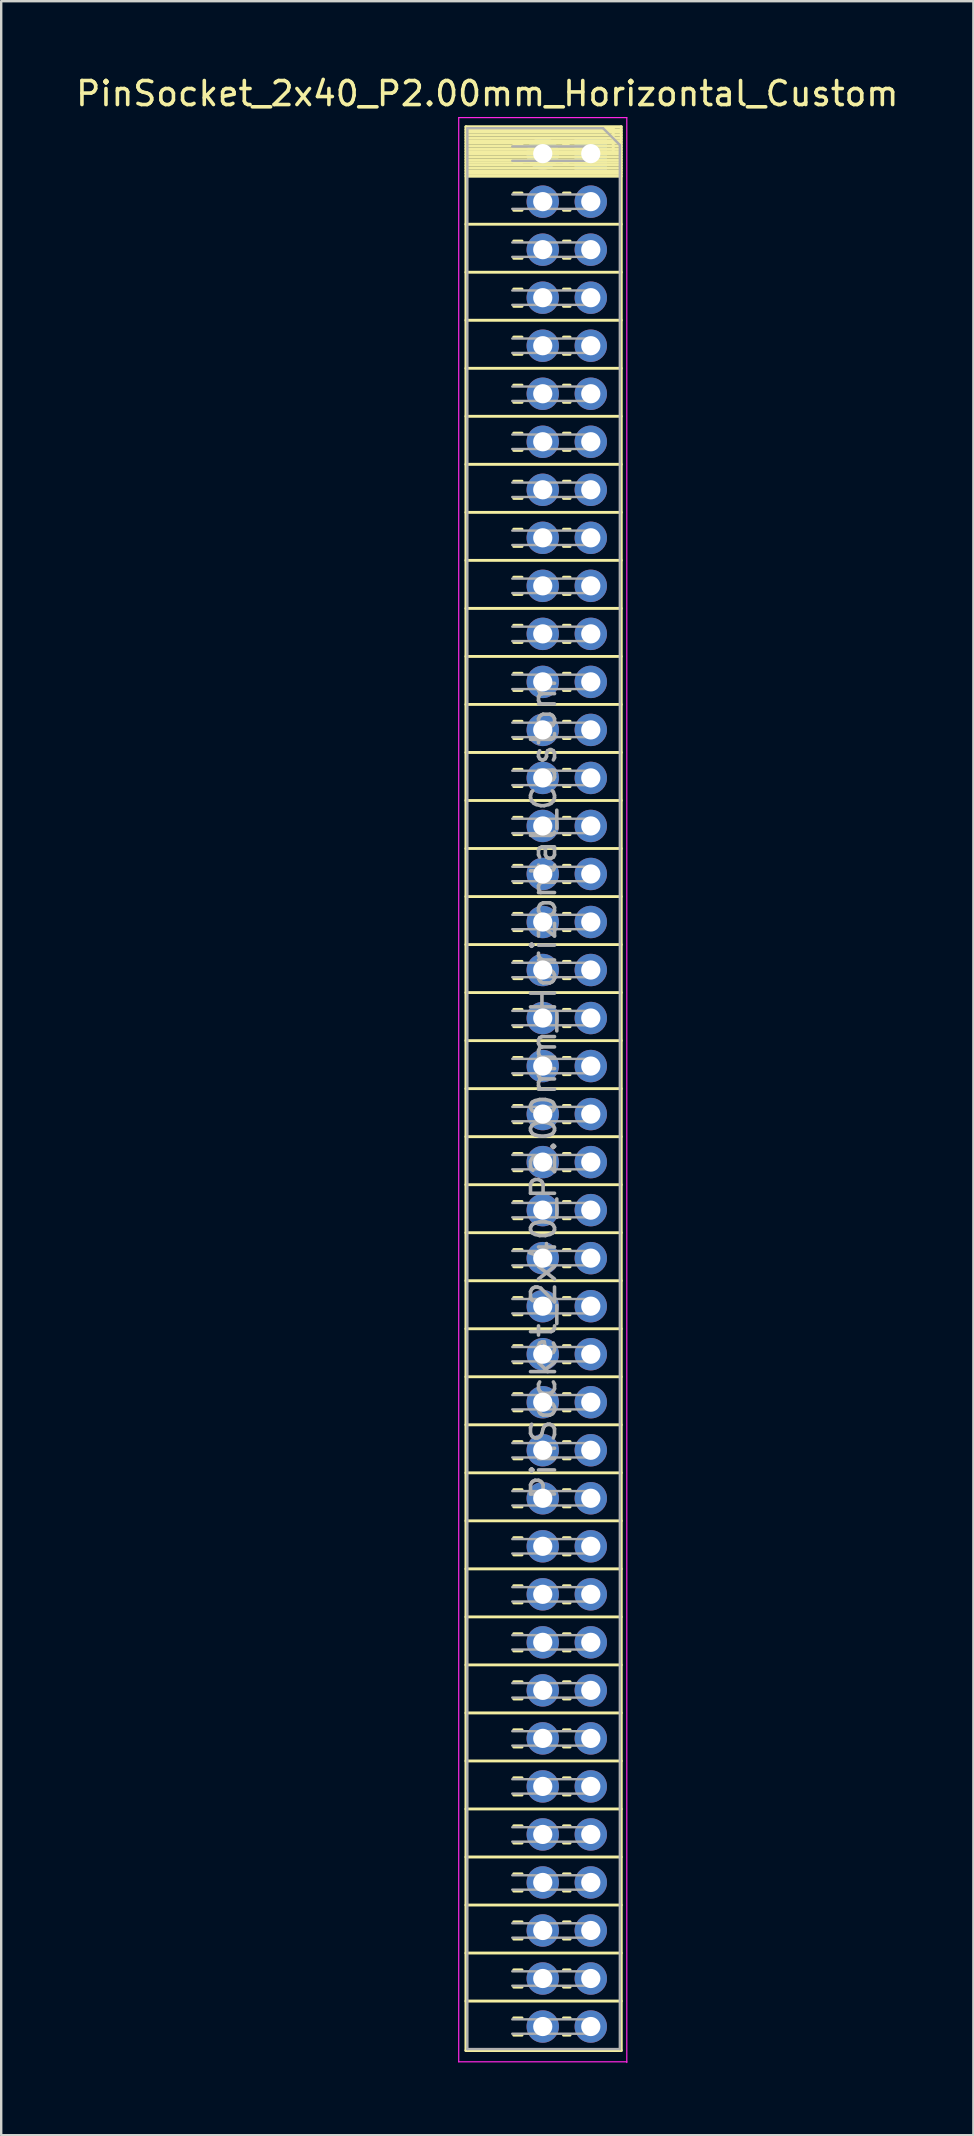
<source format=kicad_pcb>
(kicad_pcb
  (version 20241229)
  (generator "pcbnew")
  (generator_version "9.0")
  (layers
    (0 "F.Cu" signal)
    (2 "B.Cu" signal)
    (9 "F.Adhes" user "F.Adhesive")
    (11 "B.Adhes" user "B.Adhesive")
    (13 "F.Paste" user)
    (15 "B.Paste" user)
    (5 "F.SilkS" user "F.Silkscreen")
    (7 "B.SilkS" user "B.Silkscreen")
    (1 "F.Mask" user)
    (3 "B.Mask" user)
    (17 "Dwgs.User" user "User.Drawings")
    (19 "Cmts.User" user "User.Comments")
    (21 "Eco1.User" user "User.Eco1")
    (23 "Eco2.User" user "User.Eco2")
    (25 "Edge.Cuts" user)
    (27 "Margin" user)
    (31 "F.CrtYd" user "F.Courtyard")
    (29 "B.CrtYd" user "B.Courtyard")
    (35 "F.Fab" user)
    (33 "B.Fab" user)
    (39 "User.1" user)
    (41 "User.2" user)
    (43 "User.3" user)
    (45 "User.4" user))
  (footprint "PinSocket_2x40_P2.00mm_Horizontal_Custom"
    (layer "F.Cu")
    (at 21.554 3.348)
    (property "Reference" "PinSocket_2x40_P2.00mm_Horizontal_Custom" (at -4.31 -2.5 0) (layer "F.SilkS") (effects (font (size 1 1) (thickness 0.15))))
    (attr through_hole)
    (fp_line (start -5.2 -1.12) (end -5.2 79) (stroke (width 0.12) (type solid)) (layer "F.SilkS"))
    (fp_line (start -5.2 -1.12) (end 1.27 -1.12) (stroke (width 0.12) (type solid)) (layer "F.SilkS"))
    (fp_line (start -5.2 -1) (end 1.27 -1) (stroke (width 0.12) (type solid)) (layer "F.SilkS"))
    (fp_line (start -5.2 -0.886) (end 1.27 -0.886) (stroke (width 0.12) (type solid)) (layer "F.SilkS"))
    (fp_line (start -5.2 -0.772) (end 1.27 -0.772) (stroke (width 0.12) (type solid)) (layer "F.SilkS"))
    (fp_line (start -5.2 -0.658) (end 1.27 -0.658) (stroke (width 0.12) (type solid)) (layer "F.SilkS"))
    (fp_line (start -5.2 -0.544) (end 1.27 -0.544) (stroke (width 0.12) (type solid)) (layer "F.SilkS"))
    (fp_line (start -5.2 -0.429) (end 1.27 -0.429) (stroke (width 0.12) (type solid)) (layer "F.SilkS"))
    (fp_line (start -5.2 -0.315) (end 1.27 -0.315) (stroke (width 0.12) (type solid)) (layer "F.SilkS"))
    (fp_line (start -5.2 -0.201) (end 1.27 -0.201) (stroke (width 0.12) (type solid)) (layer "F.SilkS"))
    (fp_line (start -5.2 -0.087) (end 1.27 -0.087) (stroke (width 0.12) (type solid)) (layer "F.SilkS"))
    (fp_line (start -5.2 0.027) (end 1.27 0.027) (stroke (width 0.12) (type solid)) (layer "F.SilkS"))
    (fp_line (start -5.2 0.141) (end 1.27 0.141) (stroke (width 0.12) (type solid)) (layer "F.SilkS"))
    (fp_line (start -5.2 0.255) (end 1.27 0.255) (stroke (width 0.12) (type solid)) (layer "F.SilkS"))
    (fp_line (start -5.2 0.369) (end 1.27 0.369) (stroke (width 0.12) (type solid)) (layer "F.SilkS"))
    (fp_line (start -5.2 0.484) (end 1.27 0.484) (stroke (width 0.12) (type solid)) (layer "F.SilkS"))
    (fp_line (start -5.2 0.598) (end 1.27 0.598) (stroke (width 0.12) (type solid)) (layer "F.SilkS"))
    (fp_line (start -5.2 0.712) (end 1.27 0.712) (stroke (width 0.12) (type solid)) (layer "F.SilkS"))
    (fp_line (start -5.2 0.826) (end 1.27 0.826) (stroke (width 0.12) (type solid)) (layer "F.SilkS"))
    (fp_line (start -5.2 0.94) (end 1.27 0.94) (stroke (width 0.12) (type solid)) (layer "F.SilkS"))
    (fp_line (start -5.2 2.94) (end 1.27 2.94) (stroke (width 0.12) (type solid)) (layer "F.SilkS"))
    (fp_line (start -5.2 4.94) (end 1.27 4.94) (stroke (width 0.12) (type solid)) (layer "F.SilkS"))
    (fp_line (start -5.2 6.94) (end 1.27 6.94) (stroke (width 0.12) (type solid)) (layer "F.SilkS"))
    (fp_line (start -5.2 8.94) (end 1.27 8.94) (stroke (width 0.12) (type solid)) (layer "F.SilkS"))
    (fp_line (start -5.2 10.94) (end 1.27 10.94) (stroke (width 0.12) (type solid)) (layer "F.SilkS"))
    (fp_line (start -5.2 12.94) (end 1.27 12.94) (stroke (width 0.12) (type solid)) (layer "F.SilkS"))
    (fp_line (start -5.2 14.94) (end 1.27 14.94) (stroke (width 0.12) (type solid)) (layer "F.SilkS"))
    (fp_line (start -5.2 16.94) (end 1.27 16.94) (stroke (width 0.12) (type solid)) (layer "F.SilkS"))
    (fp_line (start -5.2 18.94) (end 1.27 18.94) (stroke (width 0.12) (type solid)) (layer "F.SilkS"))
    (fp_line (start -5.2 20.94) (end 1.27 20.94) (stroke (width 0.12) (type solid)) (layer "F.SilkS"))
    (fp_line (start -5.2 22.94) (end 1.27 22.94) (stroke (width 0.12) (type solid)) (layer "F.SilkS"))
    (fp_line (start -5.2 24.94) (end 1.27 24.94) (stroke (width 0.12) (type solid)) (layer "F.SilkS"))
    (fp_line (start -5.2 26.94) (end 1.27 26.94) (stroke (width 0.12) (type solid)) (layer "F.SilkS"))
    (fp_line (start -5.2 28.94) (end 1.27 28.94) (stroke (width 0.12) (type solid)) (layer "F.SilkS"))
    (fp_line (start -5.2 30.94) (end 1.27 30.94) (stroke (width 0.12) (type solid)) (layer "F.SilkS"))
    (fp_line (start -5.2 32.94) (end 1.27 32.94) (stroke (width 0.12) (type solid)) (layer "F.SilkS"))
    (fp_line (start -5.2 34.94) (end 1.27 34.94) (stroke (width 0.12) (type solid)) (layer "F.SilkS"))
    (fp_line (start -5.2 36.94) (end 1.27 36.94) (stroke (width 0.12) (type solid)) (layer "F.SilkS"))
    (fp_line (start -5.2 38.94) (end 1.27 38.94) (stroke (width 0.12) (type solid)) (layer "F.SilkS"))
    (fp_line (start -5.2 40.94) (end 1.27 40.94) (stroke (width 0.12) (type solid)) (layer "F.SilkS"))
    (fp_line (start -5.2 42.94) (end 1.27 42.94) (stroke (width 0.12) (type solid)) (layer "F.SilkS"))
    (fp_line (start -5.2 44.94) (end 1.27 44.94) (stroke (width 0.12) (type solid)) (layer "F.SilkS"))
    (fp_line (start -5.2 46.94) (end 1.27 46.94) (stroke (width 0.12) (type solid)) (layer "F.SilkS"))
    (fp_line (start -5.2 48.94) (end 1.27 48.94) (stroke (width 0.12) (type solid)) (layer "F.SilkS"))
    (fp_line (start -5.2 50.94) (end 1.27 50.94) (stroke (width 0.12) (type solid)) (layer "F.SilkS"))
    (fp_line (start -5.2 52.94) (end 1.27 52.94) (stroke (width 0.12) (type solid)) (layer "F.SilkS"))
    (fp_line (start -5.2 54.94) (end 1.27 54.94) (stroke (width 0.12) (type solid)) (layer "F.SilkS"))
    (fp_line (start -5.2 56.94) (end 1.27 56.94) (stroke (width 0.12) (type solid)) (layer "F.SilkS"))
    (fp_line (start -5.2 58.94) (end 1.27 58.94) (stroke (width 0.12) (type solid)) (layer "F.SilkS"))
    (fp_line (start -5.2 60.94) (end 1.27 60.94) (stroke (width 0.12) (type solid)) (layer "F.SilkS"))
    (fp_line (start -5.2 62.94) (end 1.27 62.94) (stroke (width 0.12) (type solid)) (layer "F.SilkS"))
    (fp_line (start -5.2 64.94) (end 1.27 64.94) (stroke (width 0.12) (type solid)) (layer "F.SilkS"))
    (fp_line (start -5.2 66.94) (end 1.27 66.94) (stroke (width 0.12) (type solid)) (layer "F.SilkS"))
    (fp_line (start -5.2 68.94) (end 1.27 68.94) (stroke (width 0.12) (type solid)) (layer "F.SilkS"))
    (fp_line (start -5.2 70.94) (end 1.27 70.94) (stroke (width 0.12) (type solid)) (layer "F.SilkS"))
    (fp_line (start -5.2 72.94) (end 1.27 72.94) (stroke (width 0.12) (type solid)) (layer "F.SilkS"))
    (fp_line (start -5.2 74.94) (end 1.27 74.94) (stroke (width 0.12) (type solid)) (layer "F.SilkS"))
    (fp_line (start -5.2 76.94) (end 1.27 76.94) (stroke (width 0.12) (type solid)) (layer "F.SilkS"))
    (fp_line (start -5.2 79) (end 1.27 79) (stroke (width 0.12) (type solid)) (layer "F.SilkS"))
    (fp_line (start -3.21 -0.36) (end -2.863 -0.36) (stroke (width 0.12) (type solid)) (layer "F.SilkS"))
    (fp_line (start -3.21 0.36) (end -2.863 0.36) (stroke (width 0.12) (type solid)) (layer "F.SilkS"))
    (fp_line (start -3.21 1.64) (end -2.863 1.64) (stroke (width 0.12) (type solid)) (layer "F.SilkS"))
    (fp_line (start -3.21 2.36) (end -2.863 2.36) (stroke (width 0.12) (type solid)) (layer "F.SilkS"))
    (fp_line (start -3.21 3.64) (end -2.863 3.64) (stroke (width 0.12) (type solid)) (layer "F.SilkS"))
    (fp_line (start -3.21 4.36) (end -2.863 4.36) (stroke (width 0.12) (type solid)) (layer "F.SilkS"))
    (fp_line (start -3.21 5.64) (end -2.863 5.64) (stroke (width 0.12) (type solid)) (layer "F.SilkS"))
    (fp_line (start -3.21 6.36) (end -2.863 6.36) (stroke (width 0.12) (type solid)) (layer "F.SilkS"))
    (fp_line (start -3.21 7.64) (end -2.863 7.64) (stroke (width 0.12) (type solid)) (layer "F.SilkS"))
    (fp_line (start -3.21 8.36) (end -2.863 8.36) (stroke (width 0.12) (type solid)) (layer "F.SilkS"))
    (fp_line (start -3.21 9.64) (end -2.863 9.64) (stroke (width 0.12) (type solid)) (layer "F.SilkS"))
    (fp_line (start -3.21 10.36) (end -2.863 10.36) (stroke (width 0.12) (type solid)) (layer "F.SilkS"))
    (fp_line (start -3.21 11.64) (end -2.863 11.64) (stroke (width 0.12) (type solid)) (layer "F.SilkS"))
    (fp_line (start -3.21 12.36) (end -2.863 12.36) (stroke (width 0.12) (type solid)) (layer "F.SilkS"))
    (fp_line (start -3.21 13.64) (end -2.863 13.64) (stroke (width 0.12) (type solid)) (layer "F.SilkS"))
    (fp_line (start -3.21 14.36) (end -2.863 14.36) (stroke (width 0.12) (type solid)) (layer "F.SilkS"))
    (fp_line (start -3.21 15.64) (end -2.863 15.64) (stroke (width 0.12) (type solid)) (layer "F.SilkS"))
    (fp_line (start -3.21 16.36) (end -2.863 16.36) (stroke (width 0.12) (type solid)) (layer "F.SilkS"))
    (fp_line (start -3.21 17.64) (end -2.863 17.64) (stroke (width 0.12) (type solid)) (layer "F.SilkS"))
    (fp_line (start -3.21 18.36) (end -2.863 18.36) (stroke (width 0.12) (type solid)) (layer "F.SilkS"))
    (fp_line (start -3.21 19.64) (end -2.863 19.64) (stroke (width 0.12) (type solid)) (layer "F.SilkS"))
    (fp_line (start -3.21 20.36) (end -2.863 20.36) (stroke (width 0.12) (type solid)) (layer "F.SilkS"))
    (fp_line (start -3.21 21.64) (end -2.863 21.64) (stroke (width 0.12) (type solid)) (layer "F.SilkS"))
    (fp_line (start -3.21 22.36) (end -2.863 22.36) (stroke (width 0.12) (type solid)) (layer "F.SilkS"))
    (fp_line (start -3.21 23.64) (end -2.863 23.64) (stroke (width 0.12) (type solid)) (layer "F.SilkS"))
    (fp_line (start -3.21 24.36) (end -2.863 24.36) (stroke (width 0.12) (type solid)) (layer "F.SilkS"))
    (fp_line (start -3.21 25.64) (end -2.863 25.64) (stroke (width 0.12) (type solid)) (layer "F.SilkS"))
    (fp_line (start -3.21 26.36) (end -2.863 26.36) (stroke (width 0.12) (type solid)) (layer "F.SilkS"))
    (fp_line (start -3.21 27.64) (end -2.863 27.64) (stroke (width 0.12) (type solid)) (layer "F.SilkS"))
    (fp_line (start -3.21 28.36) (end -2.863 28.36) (stroke (width 0.12) (type solid)) (layer "F.SilkS"))
    (fp_line (start -3.21 29.64) (end -2.863 29.64) (stroke (width 0.12) (type solid)) (layer "F.SilkS"))
    (fp_line (start -3.21 30.36) (end -2.863 30.36) (stroke (width 0.12) (type solid)) (layer "F.SilkS"))
    (fp_line (start -3.21 31.64) (end -2.863 31.64) (stroke (width 0.12) (type solid)) (layer "F.SilkS"))
    (fp_line (start -3.21 32.36) (end -2.863 32.36) (stroke (width 0.12) (type solid)) (layer "F.SilkS"))
    (fp_line (start -3.21 33.64) (end -2.863 33.64) (stroke (width 0.12) (type solid)) (layer "F.SilkS"))
    (fp_line (start -3.21 34.36) (end -2.863 34.36) (stroke (width 0.12) (type solid)) (layer "F.SilkS"))
    (fp_line (start -3.21 35.64) (end -2.863 35.64) (stroke (width 0.12) (type solid)) (layer "F.SilkS"))
    (fp_line (start -3.21 36.36) (end -2.863 36.36) (stroke (width 0.12) (type solid)) (layer "F.SilkS"))
    (fp_line (start -3.21 37.64) (end -2.863 37.64) (stroke (width 0.12) (type solid)) (layer "F.SilkS"))
    (fp_line (start -3.21 38.36) (end -2.863 38.36) (stroke (width 0.12) (type solid)) (layer "F.SilkS"))
    (fp_line (start -3.21 39.64) (end -2.863 39.64) (stroke (width 0.12) (type solid)) (layer "F.SilkS"))
    (fp_line (start -3.21 40.36) (end -2.863 40.36) (stroke (width 0.12) (type solid)) (layer "F.SilkS"))
    (fp_line (start -3.21 41.64) (end -2.863 41.64) (stroke (width 0.12) (type solid)) (layer "F.SilkS"))
    (fp_line (start -3.21 42.36) (end -2.863 42.36) (stroke (width 0.12) (type solid)) (layer "F.SilkS"))
    (fp_line (start -3.21 43.64) (end -2.863 43.64) (stroke (width 0.12) (type solid)) (layer "F.SilkS"))
    (fp_line (start -3.21 44.36) (end -2.863 44.36) (stroke (width 0.12) (type solid)) (layer "F.SilkS"))
    (fp_line (start -3.21 45.64) (end -2.863 45.64) (stroke (width 0.12) (type solid)) (layer "F.SilkS"))
    (fp_line (start -3.21 46.36) (end -2.863 46.36) (stroke (width 0.12) (type solid)) (layer "F.SilkS"))
    (fp_line (start -3.21 47.64) (end -2.863 47.64) (stroke (width 0.12) (type solid)) (layer "F.SilkS"))
    (fp_line (start -3.21 48.36) (end -2.863 48.36) (stroke (width 0.12) (type solid)) (layer "F.SilkS"))
    (fp_line (start -3.21 49.64) (end -2.863 49.64) (stroke (width 0.12) (type solid)) (layer "F.SilkS"))
    (fp_line (start -3.21 50.36) (end -2.863 50.36) (stroke (width 0.12) (type solid)) (layer "F.SilkS"))
    (fp_line (start -3.21 51.64) (end -2.863 51.64) (stroke (width 0.12) (type solid)) (layer "F.SilkS"))
    (fp_line (start -3.21 52.36) (end -2.863 52.36) (stroke (width 0.12) (type solid)) (layer "F.SilkS"))
    (fp_line (start -3.21 53.64) (end -2.863 53.64) (stroke (width 0.12) (type solid)) (layer "F.SilkS"))
    (fp_line (start -3.21 54.36) (end -2.863 54.36) (stroke (width 0.12) (type solid)) (layer "F.SilkS"))
    (fp_line (start -3.21 55.64) (end -2.863 55.64) (stroke (width 0.12) (type solid)) (layer "F.SilkS"))
    (fp_line (start -3.21 56.36) (end -2.863 56.36) (stroke (width 0.12) (type solid)) (layer "F.SilkS"))
    (fp_line (start -3.21 57.64) (end -2.863 57.64) (stroke (width 0.12) (type solid)) (layer "F.SilkS"))
    (fp_line (start -3.21 58.36) (end -2.863 58.36) (stroke (width 0.12) (type solid)) (layer "F.SilkS"))
    (fp_line (start -3.21 59.64) (end -2.863 59.64) (stroke (width 0.12) (type solid)) (layer "F.SilkS"))
    (fp_line (start -3.21 60.36) (end -2.863 60.36) (stroke (width 0.12) (type solid)) (layer "F.SilkS"))
    (fp_line (start -3.21 61.64) (end -2.863 61.64) (stroke (width 0.12) (type solid)) (layer "F.SilkS"))
    (fp_line (start -3.21 62.36) (end -2.863 62.36) (stroke (width 0.12) (type solid)) (layer "F.SilkS"))
    (fp_line (start -3.21 63.64) (end -2.863 63.64) (stroke (width 0.12) (type solid)) (layer "F.SilkS"))
    (fp_line (start -3.21 64.36) (end -2.863 64.36) (stroke (width 0.12) (type solid)) (layer "F.SilkS"))
    (fp_line (start -3.21 65.64) (end -2.863 65.64) (stroke (width 0.12) (type solid)) (layer "F.SilkS"))
    (fp_line (start -3.21 66.36) (end -2.863 66.36) (stroke (width 0.12) (type solid)) (layer "F.SilkS"))
    (fp_line (start -3.21 67.64) (end -2.863 67.64) (stroke (width 0.12) (type solid)) (layer "F.SilkS"))
    (fp_line (start -3.21 68.36) (end -2.863 68.36) (stroke (width 0.12) (type solid)) (layer "F.SilkS"))
    (fp_line (start -3.21 69.64) (end -2.863 69.64) (stroke (width 0.12) (type solid)) (layer "F.SilkS"))
    (fp_line (start -3.21 70.36) (end -2.863 70.36) (stroke (width 0.12) (type solid)) (layer "F.SilkS"))
    (fp_line (start -3.21 71.64) (end -2.863 71.64) (stroke (width 0.12) (type solid)) (layer "F.SilkS"))
    (fp_line (start -3.21 72.36) (end -2.863 72.36) (stroke (width 0.12) (type solid)) (layer "F.SilkS"))
    (fp_line (start -3.21 73.64) (end -2.863 73.64) (stroke (width 0.12) (type solid)) (layer "F.SilkS"))
    (fp_line (start -3.21 74.36) (end -2.863 74.36) (stroke (width 0.12) (type solid)) (layer "F.SilkS"))
    (fp_line (start -3.21 75.64) (end -2.863 75.64) (stroke (width 0.12) (type solid)) (layer "F.SilkS"))
    (fp_line (start -3.21 76.36) (end -2.863 76.36) (stroke (width 0.12) (type solid)) (layer "F.SilkS"))
    (fp_line (start -3.21 77.64) (end -2.863 77.64) (stroke (width 0.12) (type solid)) (layer "F.SilkS"))
    (fp_line (start -3.21 78.36) (end -2.863 78.36) (stroke (width 0.12) (type solid)) (layer "F.SilkS"))
    (fp_line (start -1.137 -0.36) (end -0.935 -0.36) (stroke (width 0.12) (type solid)) (layer "F.SilkS"))
    (fp_line (start -1.137 0.36) (end -0.935 0.36) (stroke (width 0.12) (type solid)) (layer "F.SilkS"))
    (fp_line (start -1.137 1.64) (end -0.863 1.64) (stroke (width 0.12) (type solid)) (layer "F.SilkS"))
    (fp_line (start -1.137 2.36) (end -0.863 2.36) (stroke (width 0.12) (type solid)) (layer "F.SilkS"))
    (fp_line (start -1.137 3.64) (end -0.863 3.64) (stroke (width 0.12) (type solid)) (layer "F.SilkS"))
    (fp_line (start -1.137 4.36) (end -0.863 4.36) (stroke (width 0.12) (type solid)) (layer "F.SilkS"))
    (fp_line (start -1.137 5.64) (end -0.863 5.64) (stroke (width 0.12) (type solid)) (layer "F.SilkS"))
    (fp_line (start -1.137 6.36) (end -0.863 6.36) (stroke (width 0.12) (type solid)) (layer "F.SilkS"))
    (fp_line (start -1.137 7.64) (end -0.863 7.64) (stroke (width 0.12) (type solid)) (layer "F.SilkS"))
    (fp_line (start -1.137 8.36) (end -0.863 8.36) (stroke (width 0.12) (type solid)) (layer "F.SilkS"))
    (fp_line (start -1.137 9.64) (end -0.863 9.64) (stroke (width 0.12) (type solid)) (layer "F.SilkS"))
    (fp_line (start -1.137 10.36) (end -0.863 10.36) (stroke (width 0.12) (type solid)) (layer "F.SilkS"))
    (fp_line (start -1.137 11.64) (end -0.863 11.64) (stroke (width 0.12) (type solid)) (layer "F.SilkS"))
    (fp_line (start -1.137 12.36) (end -0.863 12.36) (stroke (width 0.12) (type solid)) (layer "F.SilkS"))
    (fp_line (start -1.137 13.64) (end -0.863 13.64) (stroke (width 0.12) (type solid)) (layer "F.SilkS"))
    (fp_line (start -1.137 14.36) (end -0.863 14.36) (stroke (width 0.12) (type solid)) (layer "F.SilkS"))
    (fp_line (start -1.137 15.64) (end -0.863 15.64) (stroke (width 0.12) (type solid)) (layer "F.SilkS"))
    (fp_line (start -1.137 16.36) (end -0.863 16.36) (stroke (width 0.12) (type solid)) (layer "F.SilkS"))
    (fp_line (start -1.137 17.64) (end -0.863 17.64) (stroke (width 0.12) (type solid)) (layer "F.SilkS"))
    (fp_line (start -1.137 18.36) (end -0.863 18.36) (stroke (width 0.12) (type solid)) (layer "F.SilkS"))
    (fp_line (start -1.137 19.64) (end -0.863 19.64) (stroke (width 0.12) (type solid)) (layer "F.SilkS"))
    (fp_line (start -1.137 20.36) (end -0.863 20.36) (stroke (width 0.12) (type solid)) (layer "F.SilkS"))
    (fp_line (start -1.137 21.64) (end -0.863 21.64) (stroke (width 0.12) (type solid)) (layer "F.SilkS"))
    (fp_line (start -1.137 22.36) (end -0.863 22.36) (stroke (width 0.12) (type solid)) (layer "F.SilkS"))
    (fp_line (start -1.137 23.64) (end -0.863 23.64) (stroke (width 0.12) (type solid)) (layer "F.SilkS"))
    (fp_line (start -1.137 24.36) (end -0.863 24.36) (stroke (width 0.12) (type solid)) (layer "F.SilkS"))
    (fp_line (start -1.137 25.64) (end -0.863 25.64) (stroke (width 0.12) (type solid)) (layer "F.SilkS"))
    (fp_line (start -1.137 26.36) (end -0.863 26.36) (stroke (width 0.12) (type solid)) (layer "F.SilkS"))
    (fp_line (start -1.137 27.64) (end -0.863 27.64) (stroke (width 0.12) (type solid)) (layer "F.SilkS"))
    (fp_line (start -1.137 28.36) (end -0.863 28.36) (stroke (width 0.12) (type solid)) (layer "F.SilkS"))
    (fp_line (start -1.137 29.64) (end -0.863 29.64) (stroke (width 0.12) (type solid)) (layer "F.SilkS"))
    (fp_line (start -1.137 30.36) (end -0.863 30.36) (stroke (width 0.12) (type solid)) (layer "F.SilkS"))
    (fp_line (start -1.137 31.64) (end -0.863 31.64) (stroke (width 0.12) (type solid)) (layer "F.SilkS"))
    (fp_line (start -1.137 32.36) (end -0.863 32.36) (stroke (width 0.12) (type solid)) (layer "F.SilkS"))
    (fp_line (start -1.137 33.64) (end -0.863 33.64) (stroke (width 0.12) (type solid)) (layer "F.SilkS"))
    (fp_line (start -1.137 34.36) (end -0.863 34.36) (stroke (width 0.12) (type solid)) (layer "F.SilkS"))
    (fp_line (start -1.137 35.64) (end -0.863 35.64) (stroke (width 0.12) (type solid)) (layer "F.SilkS"))
    (fp_line (start -1.137 36.36) (end -0.863 36.36) (stroke (width 0.12) (type solid)) (layer "F.SilkS"))
    (fp_line (start -1.137 37.64) (end -0.863 37.64) (stroke (width 0.12) (type solid)) (layer "F.SilkS"))
    (fp_line (start -1.137 38.36) (end -0.863 38.36) (stroke (width 0.12) (type solid)) (layer "F.SilkS"))
    (fp_line (start -1.137 39.64) (end -0.863 39.64) (stroke (width 0.12) (type solid)) (layer "F.SilkS"))
    (fp_line (start -1.137 40.36) (end -0.863 40.36) (stroke (width 0.12) (type solid)) (layer "F.SilkS"))
    (fp_line (start -1.137 41.64) (end -0.863 41.64) (stroke (width 0.12) (type solid)) (layer "F.SilkS"))
    (fp_line (start -1.137 42.36) (end -0.863 42.36) (stroke (width 0.12) (type solid)) (layer "F.SilkS"))
    (fp_line (start -1.137 43.64) (end -0.863 43.64) (stroke (width 0.12) (type solid)) (layer "F.SilkS"))
    (fp_line (start -1.137 44.36) (end -0.863 44.36) (stroke (width 0.12) (type solid)) (layer "F.SilkS"))
    (fp_line (start -1.137 45.64) (end -0.863 45.64) (stroke (width 0.12) (type solid)) (layer "F.SilkS"))
    (fp_line (start -1.137 46.36) (end -0.863 46.36) (stroke (width 0.12) (type solid)) (layer "F.SilkS"))
    (fp_line (start -1.137 47.64) (end -0.863 47.64) (stroke (width 0.12) (type solid)) (layer "F.SilkS"))
    (fp_line (start -1.137 48.36) (end -0.863 48.36) (stroke (width 0.12) (type solid)) (layer "F.SilkS"))
    (fp_line (start -1.137 49.64) (end -0.863 49.64) (stroke (width 0.12) (type solid)) (layer "F.SilkS"))
    (fp_line (start -1.137 50.36) (end -0.863 50.36) (stroke (width 0.12) (type solid)) (layer "F.SilkS"))
    (fp_line (start -1.137 51.64) (end -0.863 51.64) (stroke (width 0.12) (type solid)) (layer "F.SilkS"))
    (fp_line (start -1.137 52.36) (end -0.863 52.36) (stroke (width 0.12) (type solid)) (layer "F.SilkS"))
    (fp_line (start -1.137 53.64) (end -0.863 53.64) (stroke (width 0.12) (type solid)) (layer "F.SilkS"))
    (fp_line (start -1.137 54.36) (end -0.863 54.36) (stroke (width 0.12) (type solid)) (layer "F.SilkS"))
    (fp_line (start -1.137 55.64) (end -0.863 55.64) (stroke (width 0.12) (type solid)) (layer "F.SilkS"))
    (fp_line (start -1.137 56.36) (end -0.863 56.36) (stroke (width 0.12) (type solid)) (layer "F.SilkS"))
    (fp_line (start -1.137 57.64) (end -0.863 57.64) (stroke (width 0.12) (type solid)) (layer "F.SilkS"))
    (fp_line (start -1.137 58.36) (end -0.863 58.36) (stroke (width 0.12) (type solid)) (layer "F.SilkS"))
    (fp_line (start -1.137 59.64) (end -0.863 59.64) (stroke (width 0.12) (type solid)) (layer "F.SilkS"))
    (fp_line (start -1.137 60.36) (end -0.863 60.36) (stroke (width 0.12) (type solid)) (layer "F.SilkS"))
    (fp_line (start -1.137 61.64) (end -0.863 61.64) (stroke (width 0.12) (type solid)) (layer "F.SilkS"))
    (fp_line (start -1.137 62.36) (end -0.863 62.36) (stroke (width 0.12) (type solid)) (layer "F.SilkS"))
    (fp_line (start -1.137 63.64) (end -0.863 63.64) (stroke (width 0.12) (type solid)) (layer "F.SilkS"))
    (fp_line (start -1.137 64.36) (end -0.863 64.36) (stroke (width 0.12) (type solid)) (layer "F.SilkS"))
    (fp_line (start -1.137 65.64) (end -0.863 65.64) (stroke (width 0.12) (type solid)) (layer "F.SilkS"))
    (fp_line (start -1.137 66.36) (end -0.863 66.36) (stroke (width 0.12) (type solid)) (layer "F.SilkS"))
    (fp_line (start -1.137 67.64) (end -0.863 67.64) (stroke (width 0.12) (type solid)) (layer "F.SilkS"))
    (fp_line (start -1.137 68.36) (end -0.863 68.36) (stroke (width 0.12) (type solid)) (layer "F.SilkS"))
    (fp_line (start -1.137 69.64) (end -0.863 69.64) (stroke (width 0.12) (type solid)) (layer "F.SilkS"))
    (fp_line (start -1.137 70.36) (end -0.863 70.36) (stroke (width 0.12) (type solid)) (layer "F.SilkS"))
    (fp_line (start -1.137 71.64) (end -0.863 71.64) (stroke (width 0.12) (type solid)) (layer "F.SilkS"))
    (fp_line (start -1.137 72.36) (end -0.863 72.36) (stroke (width 0.12) (type solid)) (layer "F.SilkS"))
    (fp_line (start -1.137 73.64) (end -0.863 73.64) (stroke (width 0.12) (type solid)) (layer "F.SilkS"))
    (fp_line (start -1.137 74.36) (end -0.863 74.36) (stroke (width 0.12) (type solid)) (layer "F.SilkS"))
    (fp_line (start -1.137 75.64) (end -0.863 75.64) (stroke (width 0.12) (type solid)) (layer "F.SilkS"))
    (fp_line (start -1.137 76.36) (end -0.863 76.36) (stroke (width 0.12) (type solid)) (layer "F.SilkS"))
    (fp_line (start -1.137 77.64) (end -0.863 77.64) (stroke (width 0.12) (type solid)) (layer "F.SilkS"))
    (fp_line (start -1.137 78.36) (end -0.863 78.36) (stroke (width 0.12) (type solid)) (layer "F.SilkS"))
    (fp_line (start 0 -1.06) (end 0.935 -1.06) (stroke (width 0.12) (type solid)) (layer "F.SilkS"))
    (fp_line (start 0.935 -1.06) (end 0.935 0) (stroke (width 0.12) (type solid)) (layer "F.SilkS"))
    (fp_line (start 1.27 -1.12) (end 1.27 79) (stroke (width 0.12) (type solid)) (layer "F.SilkS"))
    (fp_line (start -5.5 -1.5) (end -5.5 79.47) (stroke (width 0.05) (type solid)) (layer "F.CrtYd"))
    (fp_line (start -5.5 79.47) (end 1.5 79.47) (stroke (width 0.05) (type solid)) (layer "F.CrtYd"))
    (fp_line (start 1.5 -1.5) (end -5.5 -1.5) (stroke (width 0.05) (type solid)) (layer "F.CrtYd"))
    (fp_line (start 1.5 79.5) (end 1.5 -1.5) (stroke (width 0.05) (type solid)) (layer "F.CrtYd"))
    (fp_line (start -5.14 -1.06) (end 0.51 -1.06) (stroke (width 0.1) (type solid)) (layer "F.Fab"))
    (fp_line (start -5.14 78.94) (end -5.14 -1.06) (stroke (width 0.1) (type solid)) (layer "F.Fab"))
    (fp_line (start -3.27 0.3) (end 0 0.3) (stroke (width 0.1) (type solid)) (layer "F.Fab"))
    (fp_line (start -3.27 2.3) (end 0 2.3) (stroke (width 0.1) (type solid)) (layer "F.Fab"))
    (fp_line (start -3.27 4.3) (end 0 4.3) (stroke (width 0.1) (type solid)) (layer "F.Fab"))
    (fp_line (start -3.27 6.3) (end 0 6.3) (stroke (width 0.1) (type solid)) (layer "F.Fab"))
    (fp_line (start -3.27 8.3) (end 0 8.3) (stroke (width 0.1) (type solid)) (layer "F.Fab"))
    (fp_line (start -3.27 10.3) (end 0 10.3) (stroke (width 0.1) (type solid)) (layer "F.Fab"))
    (fp_line (start -3.27 12.3) (end 0 12.3) (stroke (width 0.1) (type solid)) (layer "F.Fab"))
    (fp_line (start -3.27 14.3) (end 0 14.3) (stroke (width 0.1) (type solid)) (layer "F.Fab"))
    (fp_line (start -3.27 16.3) (end 0 16.3) (stroke (width 0.1) (type solid)) (layer "F.Fab"))
    (fp_line (start -3.27 18.3) (end 0 18.3) (stroke (width 0.1) (type solid)) (layer "F.Fab"))
    (fp_line (start -3.27 20.3) (end 0 20.3) (stroke (width 0.1) (type solid)) (layer "F.Fab"))
    (fp_line (start -3.27 22.3) (end 0 22.3) (stroke (width 0.1) (type solid)) (layer "F.Fab"))
    (fp_line (start -3.27 24.3) (end 0 24.3) (stroke (width 0.1) (type solid)) (layer "F.Fab"))
    (fp_line (start -3.27 26.3) (end 0 26.3) (stroke (width 0.1) (type solid)) (layer "F.Fab"))
    (fp_line (start -3.27 28.3) (end 0 28.3) (stroke (width 0.1) (type solid)) (layer "F.Fab"))
    (fp_line (start -3.27 30.3) (end 0 30.3) (stroke (width 0.1) (type solid)) (layer "F.Fab"))
    (fp_line (start -3.27 32.3) (end 0 32.3) (stroke (width 0.1) (type solid)) (layer "F.Fab"))
    (fp_line (start -3.27 34.3) (end 0 34.3) (stroke (width 0.1) (type solid)) (layer "F.Fab"))
    (fp_line (start -3.27 36.3) (end 0 36.3) (stroke (width 0.1) (type solid)) (layer "F.Fab"))
    (fp_line (start -3.27 38.3) (end 0 38.3) (stroke (width 0.1) (type solid)) (layer "F.Fab"))
    (fp_line (start -3.27 40.3) (end 0 40.3) (stroke (width 0.1) (type solid)) (layer "F.Fab"))
    (fp_line (start -3.27 42.3) (end 0 42.3) (stroke (width 0.1) (type solid)) (layer "F.Fab"))
    (fp_line (start -3.27 44.3) (end 0 44.3) (stroke (width 0.1) (type solid)) (layer "F.Fab"))
    (fp_line (start -3.27 46.3) (end 0 46.3) (stroke (width 0.1) (type solid)) (layer "F.Fab"))
    (fp_line (start -3.27 48.3) (end 0 48.3) (stroke (width 0.1) (type solid)) (layer "F.Fab"))
    (fp_line (start -3.27 50.3) (end 0 50.3) (stroke (width 0.1) (type solid)) (layer "F.Fab"))
    (fp_line (start -3.27 52.3) (end 0 52.3) (stroke (width 0.1) (type solid)) (layer "F.Fab"))
    (fp_line (start -3.27 54.3) (end 0 54.3) (stroke (width 0.1) (type solid)) (layer "F.Fab"))
    (fp_line (start -3.27 56.3) (end 0 56.3) (stroke (width 0.1) (type solid)) (layer "F.Fab"))
    (fp_line (start -3.27 58.3) (end 0 58.3) (stroke (width 0.1) (type solid)) (layer "F.Fab"))
    (fp_line (start -3.27 60.3) (end 0 60.3) (stroke (width 0.1) (type solid)) (layer "F.Fab"))
    (fp_line (start -3.27 62.3) (end 0 62.3) (stroke (width 0.1) (type solid)) (layer "F.Fab"))
    (fp_line (start -3.27 64.3) (end 0 64.3) (stroke (width 0.1) (type solid)) (layer "F.Fab"))
    (fp_line (start -3.27 66.3) (end 0 66.3) (stroke (width 0.1) (type solid)) (layer "F.Fab"))
    (fp_line (start -3.27 68.3) (end 0 68.3) (stroke (width 0.1) (type solid)) (layer "F.Fab"))
    (fp_line (start -3.27 70.3) (end 0 70.3) (stroke (width 0.1) (type solid)) (layer "F.Fab"))
    (fp_line (start -3.27 72.3) (end 0 72.3) (stroke (width 0.1) (type solid)) (layer "F.Fab"))
    (fp_line (start -3.27 74.3) (end 0 74.3) (stroke (width 0.1) (type solid)) (layer "F.Fab"))
    (fp_line (start -3.27 76.3) (end 0 76.3) (stroke (width 0.1) (type solid)) (layer "F.Fab"))
    (fp_line (start -3.27 78.3) (end 0 78.3) (stroke (width 0.1) (type solid)) (layer "F.Fab"))
    (fp_line (start 0 -0.3) (end -3.27 -0.3) (stroke (width 0.1) (type solid)) (layer "F.Fab"))
    (fp_line (start 0 0.3) (end 0 -0.3) (stroke (width 0.1) (type solid)) (layer "F.Fab"))
    (fp_line (start 0 1.7) (end -3.27 1.7) (stroke (width 0.1) (type solid)) (layer "F.Fab"))
    (fp_line (start 0 2.3) (end 0 1.7) (stroke (width 0.1) (type solid)) (layer "F.Fab"))
    (fp_line (start 0 3.7) (end -3.27 3.7) (stroke (width 0.1) (type solid)) (layer "F.Fab"))
    (fp_line (start 0 4.3) (end 0 3.7) (stroke (width 0.1) (type solid)) (layer "F.Fab"))
    (fp_line (start 0 5.7) (end -3.27 5.7) (stroke (width 0.1) (type solid)) (layer "F.Fab"))
    (fp_line (start 0 6.3) (end 0 5.7) (stroke (width 0.1) (type solid)) (layer "F.Fab"))
    (fp_line (start 0 7.7) (end -3.27 7.7) (stroke (width 0.1) (type solid)) (layer "F.Fab"))
    (fp_line (start 0 8.3) (end 0 7.7) (stroke (width 0.1) (type solid)) (layer "F.Fab"))
    (fp_line (start 0 9.7) (end -3.27 9.7) (stroke (width 0.1) (type solid)) (layer "F.Fab"))
    (fp_line (start 0 10.3) (end 0 9.7) (stroke (width 0.1) (type solid)) (layer "F.Fab"))
    (fp_line (start 0 11.7) (end -3.27 11.7) (stroke (width 0.1) (type solid)) (layer "F.Fab"))
    (fp_line (start 0 12.3) (end 0 11.7) (stroke (width 0.1) (type solid)) (layer "F.Fab"))
    (fp_line (start 0 13.7) (end -3.27 13.7) (stroke (width 0.1) (type solid)) (layer "F.Fab"))
    (fp_line (start 0 14.3) (end 0 13.7) (stroke (width 0.1) (type solid)) (layer "F.Fab"))
    (fp_line (start 0 15.7) (end -3.27 15.7) (stroke (width 0.1) (type solid)) (layer "F.Fab"))
    (fp_line (start 0 16.3) (end 0 15.7) (stroke (width 0.1) (type solid)) (layer "F.Fab"))
    (fp_line (start 0 17.7) (end -3.27 17.7) (stroke (width 0.1) (type solid)) (layer "F.Fab"))
    (fp_line (start 0 18.3) (end 0 17.7) (stroke (width 0.1) (type solid)) (layer "F.Fab"))
    (fp_line (start 0 19.7) (end -3.27 19.7) (stroke (width 0.1) (type solid)) (layer "F.Fab"))
    (fp_line (start 0 20.3) (end 0 19.7) (stroke (width 0.1) (type solid)) (layer "F.Fab"))
    (fp_line (start 0 21.7) (end -3.27 21.7) (stroke (width 0.1) (type solid)) (layer "F.Fab"))
    (fp_line (start 0 22.3) (end 0 21.7) (stroke (width 0.1) (type solid)) (layer "F.Fab"))
    (fp_line (start 0 23.7) (end -3.27 23.7) (stroke (width 0.1) (type solid)) (layer "F.Fab"))
    (fp_line (start 0 24.3) (end 0 23.7) (stroke (width 0.1) (type solid)) (layer "F.Fab"))
    (fp_line (start 0 25.7) (end -3.27 25.7) (stroke (width 0.1) (type solid)) (layer "F.Fab"))
    (fp_line (start 0 26.3) (end 0 25.7) (stroke (width 0.1) (type solid)) (layer "F.Fab"))
    (fp_line (start 0 27.7) (end -3.27 27.7) (stroke (width 0.1) (type solid)) (layer "F.Fab"))
    (fp_line (start 0 28.3) (end 0 27.7) (stroke (width 0.1) (type solid)) (layer "F.Fab"))
    (fp_line (start 0 29.7) (end -3.27 29.7) (stroke (width 0.1) (type solid)) (layer "F.Fab"))
    (fp_line (start 0 30.3) (end 0 29.7) (stroke (width 0.1) (type solid)) (layer "F.Fab"))
    (fp_line (start 0 31.7) (end -3.27 31.7) (stroke (width 0.1) (type solid)) (layer "F.Fab"))
    (fp_line (start 0 32.3) (end 0 31.7) (stroke (width 0.1) (type solid)) (layer "F.Fab"))
    (fp_line (start 0 33.7) (end -3.27 33.7) (stroke (width 0.1) (type solid)) (layer "F.Fab"))
    (fp_line (start 0 34.3) (end 0 33.7) (stroke (width 0.1) (type solid)) (layer "F.Fab"))
    (fp_line (start 0 35.7) (end -3.27 35.7) (stroke (width 0.1) (type solid)) (layer "F.Fab"))
    (fp_line (start 0 36.3) (end 0 35.7) (stroke (width 0.1) (type solid)) (layer "F.Fab"))
    (fp_line (start 0 37.7) (end -3.27 37.7) (stroke (width 0.1) (type solid)) (layer "F.Fab"))
    (fp_line (start 0 38.3) (end 0 37.7) (stroke (width 0.1) (type solid)) (layer "F.Fab"))
    (fp_line (start 0 39.7) (end -3.27 39.7) (stroke (width 0.1) (type solid)) (layer "F.Fab"))
    (fp_line (start 0 40.3) (end 0 39.7) (stroke (width 0.1) (type solid)) (layer "F.Fab"))
    (fp_line (start 0 41.7) (end -3.27 41.7) (stroke (width 0.1) (type solid)) (layer "F.Fab"))
    (fp_line (start 0 42.3) (end 0 41.7) (stroke (width 0.1) (type solid)) (layer "F.Fab"))
    (fp_line (start 0 43.7) (end -3.27 43.7) (stroke (width 0.1) (type solid)) (layer "F.Fab"))
    (fp_line (start 0 44.3) (end 0 43.7) (stroke (width 0.1) (type solid)) (layer "F.Fab"))
    (fp_line (start 0 45.7) (end -3.27 45.7) (stroke (width 0.1) (type solid)) (layer "F.Fab"))
    (fp_line (start 0 46.3) (end 0 45.7) (stroke (width 0.1) (type solid)) (layer "F.Fab"))
    (fp_line (start 0 47.7) (end -3.27 47.7) (stroke (width 0.1) (type solid)) (layer "F.Fab"))
    (fp_line (start 0 48.3) (end 0 47.7) (stroke (width 0.1) (type solid)) (layer "F.Fab"))
    (fp_line (start 0 49.7) (end -3.27 49.7) (stroke (width 0.1) (type solid)) (layer "F.Fab"))
    (fp_line (start 0 50.3) (end 0 49.7) (stroke (width 0.1) (type solid)) (layer "F.Fab"))
    (fp_line (start 0 51.7) (end -3.27 51.7) (stroke (width 0.1) (type solid)) (layer "F.Fab"))
    (fp_line (start 0 52.3) (end 0 51.7) (stroke (width 0.1) (type solid)) (layer "F.Fab"))
    (fp_line (start 0 53.7) (end -3.27 53.7) (stroke (width 0.1) (type solid)) (layer "F.Fab"))
    (fp_line (start 0 54.3) (end 0 53.7) (stroke (width 0.1) (type solid)) (layer "F.Fab"))
    (fp_line (start 0 55.7) (end -3.27 55.7) (stroke (width 0.1) (type solid)) (layer "F.Fab"))
    (fp_line (start 0 56.3) (end 0 55.7) (stroke (width 0.1) (type solid)) (layer "F.Fab"))
    (fp_line (start 0 57.7) (end -3.27 57.7) (stroke (width 0.1) (type solid)) (layer "F.Fab"))
    (fp_line (start 0 58.3) (end 0 57.7) (stroke (width 0.1) (type solid)) (layer "F.Fab"))
    (fp_line (start 0 59.7) (end -3.27 59.7) (stroke (width 0.1) (type solid)) (layer "F.Fab"))
    (fp_line (start 0 60.3) (end 0 59.7) (stroke (width 0.1) (type solid)) (layer "F.Fab"))
    (fp_line (start 0 61.7) (end -3.27 61.7) (stroke (width 0.1) (type solid)) (layer "F.Fab"))
    (fp_line (start 0 62.3) (end 0 61.7) (stroke (width 0.1) (type solid)) (layer "F.Fab"))
    (fp_line (start 0 63.7) (end -3.27 63.7) (stroke (width 0.1) (type solid)) (layer "F.Fab"))
    (fp_line (start 0 64.3) (end 0 63.7) (stroke (width 0.1) (type solid)) (layer "F.Fab"))
    (fp_line (start 0 65.7) (end -3.27 65.7) (stroke (width 0.1) (type solid)) (layer "F.Fab"))
    (fp_line (start 0 66.3) (end 0 65.7) (stroke (width 0.1) (type solid)) (layer "F.Fab"))
    (fp_line (start 0 67.7) (end -3.27 67.7) (stroke (width 0.1) (type solid)) (layer "F.Fab"))
    (fp_line (start 0 68.3) (end 0 67.7) (stroke (width 0.1) (type solid)) (layer "F.Fab"))
    (fp_line (start 0 69.7) (end -3.27 69.7) (stroke (width 0.1) (type solid)) (layer "F.Fab"))
    (fp_line (start 0 70.3) (end 0 69.7) (stroke (width 0.1) (type solid)) (layer "F.Fab"))
    (fp_line (start 0 71.7) (end -3.27 71.7) (stroke (width 0.1) (type solid)) (layer "F.Fab"))
    (fp_line (start 0 72.3) (end 0 71.7) (stroke (width 0.1) (type solid)) (layer "F.Fab"))
    (fp_line (start 0 73.7) (end -3.27 73.7) (stroke (width 0.1) (type solid)) (layer "F.Fab"))
    (fp_line (start 0 74.3) (end 0 73.7) (stroke (width 0.1) (type solid)) (layer "F.Fab"))
    (fp_line (start 0 75.7) (end -3.27 75.7) (stroke (width 0.1) (type solid)) (layer "F.Fab"))
    (fp_line (start 0 76.3) (end 0 75.7) (stroke (width 0.1) (type solid)) (layer "F.Fab"))
    (fp_line (start 0 77.7) (end -3.27 77.7) (stroke (width 0.1) (type solid)) (layer "F.Fab"))
    (fp_line (start 0 78.3) (end 0 77.7) (stroke (width 0.1) (type solid)) (layer "F.Fab"))
    (fp_line (start 0.51 -1.06) (end 1.21 -0.36) (stroke (width 0.1) (type solid)) (layer "F.Fab"))
    (fp_line (start 1.21 -0.36) (end 1.21 78.94) (stroke (width 0.1) (type solid)) (layer "F.Fab"))
    (fp_line (start 1.21 78.94) (end -5.14 78.94) (stroke (width 0.1) (type solid)) (layer "F.Fab"))
    (fp_text user "${REFERENCE}" (at -1.965 38.94 270) (layer "F.Fab") (effects (font (size 1 1) (thickness 0.15))))
    (pad "1" thru_hole rect (at 0 0) (size 1.35 1.35) (drill 0.8) (layers "*.Cu" "*.Mask"))
    (pad "2" thru_hole oval (at -2 0) (size 1.35 1.35) (drill 0.8) (layers "*.Cu" "*.Mask"))
    (pad "3" thru_hole oval (at 0 2) (size 1.35 1.35) (drill 0.8) (layers "*.Cu" "*.Mask"))
    (pad "4" thru_hole oval (at -2 2) (size 1.35 1.35) (drill 0.8) (layers "*.Cu" "*.Mask"))
    (pad "5" thru_hole oval (at 0 4) (size 1.35 1.35) (drill 0.8) (layers "*.Cu" "*.Mask"))
    (pad "6" thru_hole oval (at -2 4) (size 1.35 1.35) (drill 0.8) (layers "*.Cu" "*.Mask"))
    (pad "7" thru_hole oval (at 0 6) (size 1.35 1.35) (drill 0.8) (layers "*.Cu" "*.Mask"))
    (pad "8" thru_hole oval (at -2 6) (size 1.35 1.35) (drill 0.8) (layers "*.Cu" "*.Mask"))
    (pad "9" thru_hole oval (at 0 8) (size 1.35 1.35) (drill 0.8) (layers "*.Cu" "*.Mask"))
    (pad "10" thru_hole oval (at -2 8) (size 1.35 1.35) (drill 0.8) (layers "*.Cu" "*.Mask"))
    (pad "11" thru_hole oval (at 0 10) (size 1.35 1.35) (drill 0.8) (layers "*.Cu" "*.Mask"))
    (pad "12" thru_hole oval (at -2 10) (size 1.35 1.35) (drill 0.8) (layers "*.Cu" "*.Mask"))
    (pad "13" thru_hole oval (at 0 12) (size 1.35 1.35) (drill 0.8) (layers "*.Cu" "*.Mask"))
    (pad "14" thru_hole oval (at -2 12) (size 1.35 1.35) (drill 0.8) (layers "*.Cu" "*.Mask"))
    (pad "15" thru_hole oval (at 0 14) (size 1.35 1.35) (drill 0.8) (layers "*.Cu" "*.Mask"))
    (pad "16" thru_hole oval (at -2 14) (size 1.35 1.35) (drill 0.8) (layers "*.Cu" "*.Mask"))
    (pad "17" thru_hole oval (at 0 16) (size 1.35 1.35) (drill 0.8) (layers "*.Cu" "*.Mask"))
    (pad "18" thru_hole oval (at -2 16) (size 1.35 1.35) (drill 0.8) (layers "*.Cu" "*.Mask"))
    (pad "19" thru_hole oval (at 0 18) (size 1.35 1.35) (drill 0.8) (layers "*.Cu" "*.Mask"))
    (pad "20" thru_hole oval (at -2 18) (size 1.35 1.35) (drill 0.8) (layers "*.Cu" "*.Mask"))
    (pad "21" thru_hole oval (at 0 20) (size 1.35 1.35) (drill 0.8) (layers "*.Cu" "*.Mask"))
    (pad "22" thru_hole oval (at -2 20) (size 1.35 1.35) (drill 0.8) (layers "*.Cu" "*.Mask"))
    (pad "23" thru_hole oval (at 0 22) (size 1.35 1.35) (drill 0.8) (layers "*.Cu" "*.Mask"))
    (pad "24" thru_hole oval (at -2 22) (size 1.35 1.35) (drill 0.8) (layers "*.Cu" "*.Mask"))
    (pad "25" thru_hole oval (at 0 24) (size 1.35 1.35) (drill 0.8) (layers "*.Cu" "*.Mask"))
    (pad "26" thru_hole oval (at -2 24) (size 1.35 1.35) (drill 0.8) (layers "*.Cu" "*.Mask"))
    (pad "27" thru_hole oval (at 0 26) (size 1.35 1.35) (drill 0.8) (layers "*.Cu" "*.Mask"))
    (pad "28" thru_hole oval (at -2 26) (size 1.35 1.35) (drill 0.8) (layers "*.Cu" "*.Mask"))
    (pad "29" thru_hole oval (at 0 28) (size 1.35 1.35) (drill 0.8) (layers "*.Cu" "*.Mask"))
    (pad "30" thru_hole oval (at -2 28) (size 1.35 1.35) (drill 0.8) (layers "*.Cu" "*.Mask"))
    (pad "31" thru_hole oval (at 0 30) (size 1.35 1.35) (drill 0.8) (layers "*.Cu" "*.Mask"))
    (pad "32" thru_hole oval (at -2 30) (size 1.35 1.35) (drill 0.8) (layers "*.Cu" "*.Mask"))
    (pad "33" thru_hole oval (at 0 32) (size 1.35 1.35) (drill 0.8) (layers "*.Cu" "*.Mask"))
    (pad "34" thru_hole oval (at -2 32) (size 1.35 1.35) (drill 0.8) (layers "*.Cu" "*.Mask"))
    (pad "35" thru_hole oval (at 0 34) (size 1.35 1.35) (drill 0.8) (layers "*.Cu" "*.Mask"))
    (pad "36" thru_hole oval (at -2 34) (size 1.35 1.35) (drill 0.8) (layers "*.Cu" "*.Mask"))
    (pad "37" thru_hole oval (at 0 36) (size 1.35 1.35) (drill 0.8) (layers "*.Cu" "*.Mask"))
    (pad "38" thru_hole oval (at -2 36) (size 1.35 1.35) (drill 0.8) (layers "*.Cu" "*.Mask"))
    (pad "39" thru_hole oval (at 0 38) (size 1.35 1.35) (drill 0.8) (layers "*.Cu" "*.Mask"))
    (pad "40" thru_hole oval (at -2 38) (size 1.35 1.35) (drill 0.8) (layers "*.Cu" "*.Mask"))
    (pad "41" thru_hole oval (at 0 40) (size 1.35 1.35) (drill 0.8) (layers "*.Cu" "*.Mask"))
    (pad "42" thru_hole oval (at -2 40) (size 1.35 1.35) (drill 0.8) (layers "*.Cu" "*.Mask"))
    (pad "43" thru_hole oval (at 0 42) (size 1.35 1.35) (drill 0.8) (layers "*.Cu" "*.Mask"))
    (pad "44" thru_hole oval (at -2 42) (size 1.35 1.35) (drill 0.8) (layers "*.Cu" "*.Mask"))
    (pad "45" thru_hole oval (at 0 44) (size 1.35 1.35) (drill 0.8) (layers "*.Cu" "*.Mask"))
    (pad "46" thru_hole oval (at -2 44) (size 1.35 1.35) (drill 0.8) (layers "*.Cu" "*.Mask"))
    (pad "47" thru_hole oval (at 0 46) (size 1.35 1.35) (drill 0.8) (layers "*.Cu" "*.Mask"))
    (pad "48" thru_hole oval (at -2 46) (size 1.35 1.35) (drill 0.8) (layers "*.Cu" "*.Mask"))
    (pad "49" thru_hole oval (at 0 48) (size 1.35 1.35) (drill 0.8) (layers "*.Cu" "*.Mask"))
    (pad "50" thru_hole oval (at -2 48) (size 1.35 1.35) (drill 0.8) (layers "*.Cu" "*.Mask"))
    (pad "51" thru_hole oval (at 0 50) (size 1.35 1.35) (drill 0.8) (layers "*.Cu" "*.Mask"))
    (pad "52" thru_hole oval (at -2 50) (size 1.35 1.35) (drill 0.8) (layers "*.Cu" "*.Mask"))
    (pad "53" thru_hole oval (at 0 52) (size 1.35 1.35) (drill 0.8) (layers "*.Cu" "*.Mask"))
    (pad "54" thru_hole oval (at -2 52) (size 1.35 1.35) (drill 0.8) (layers "*.Cu" "*.Mask"))
    (pad "55" thru_hole oval (at 0 54) (size 1.35 1.35) (drill 0.8) (layers "*.Cu" "*.Mask"))
    (pad "56" thru_hole oval (at -2 54) (size 1.35 1.35) (drill 0.8) (layers "*.Cu" "*.Mask"))
    (pad "57" thru_hole oval (at 0 56) (size 1.35 1.35) (drill 0.8) (layers "*.Cu" "*.Mask"))
    (pad "58" thru_hole oval (at -2 56) (size 1.35 1.35) (drill 0.8) (layers "*.Cu" "*.Mask"))
    (pad "59" thru_hole oval (at 0 58) (size 1.35 1.35) (drill 0.8) (layers "*.Cu" "*.Mask"))
    (pad "60" thru_hole oval (at -2 58) (size 1.35 1.35) (drill 0.8) (layers "*.Cu" "*.Mask"))
    (pad "61" thru_hole oval (at 0 60) (size 1.35 1.35) (drill 0.8) (layers "*.Cu" "*.Mask"))
    (pad "62" thru_hole oval (at -2 60) (size 1.35 1.35) (drill 0.8) (layers "*.Cu" "*.Mask"))
    (pad "63" thru_hole oval (at 0 62) (size 1.35 1.35) (drill 0.8) (layers "*.Cu" "*.Mask"))
    (pad "64" thru_hole oval (at -2 62) (size 1.35 1.35) (drill 0.8) (layers "*.Cu" "*.Mask"))
    (pad "65" thru_hole oval (at 0 64) (size 1.35 1.35) (drill 0.8) (layers "*.Cu" "*.Mask"))
    (pad "66" thru_hole oval (at -2 64) (size 1.35 1.35) (drill 0.8) (layers "*.Cu" "*.Mask"))
    (pad "67" thru_hole oval (at 0 66) (size 1.35 1.35) (drill 0.8) (layers "*.Cu" "*.Mask"))
    (pad "68" thru_hole oval (at -2 66) (size 1.35 1.35) (drill 0.8) (layers "*.Cu" "*.Mask"))
    (pad "69" thru_hole oval (at 0 68) (size 1.35 1.35) (drill 0.8) (layers "*.Cu" "*.Mask"))
    (pad "70" thru_hole oval (at -2 68) (size 1.35 1.35) (drill 0.8) (layers "*.Cu" "*.Mask"))
    (pad "71" thru_hole oval (at 0 70) (size 1.35 1.35) (drill 0.8) (layers "*.Cu" "*.Mask"))
    (pad "72" thru_hole oval (at -2 70) (size 1.35 1.35) (drill 0.8) (layers "*.Cu" "*.Mask"))
    (pad "73" thru_hole oval (at 0 72) (size 1.35 1.35) (drill 0.8) (layers "*.Cu" "*.Mask"))
    (pad "74" thru_hole oval (at -2 72) (size 1.35 1.35) (drill 0.8) (layers "*.Cu" "*.Mask"))
    (pad "75" thru_hole oval (at 0 74) (size 1.35 1.35) (drill 0.8) (layers "*.Cu" "*.Mask"))
    (pad "76" thru_hole oval (at -2 74) (size 1.35 1.35) (drill 0.8) (layers "*.Cu" "*.Mask"))
    (pad "77" thru_hole oval (at 0 76) (size 1.35 1.35) (drill 0.8) (layers "*.Cu" "*.Mask"))
    (pad "78" thru_hole oval (at -2 76) (size 1.35 1.35) (drill 0.8) (layers "*.Cu" "*.Mask"))
    (pad "79" thru_hole oval (at 0 78) (size 1.35 1.35) (drill 0.8) (layers "*.Cu" "*.Mask"))
    (pad "80" thru_hole oval (at -2 78) (size 1.35 1.35) (drill 0.8) (layers "*.Cu" "*.Mask")))
  (gr_rect
    (start -3 -3)
    (end 37.488 85.873)
    (stroke (width 0.1) (type default))
    (fill no)
    (layer "Edge.Cuts")))
</source>
